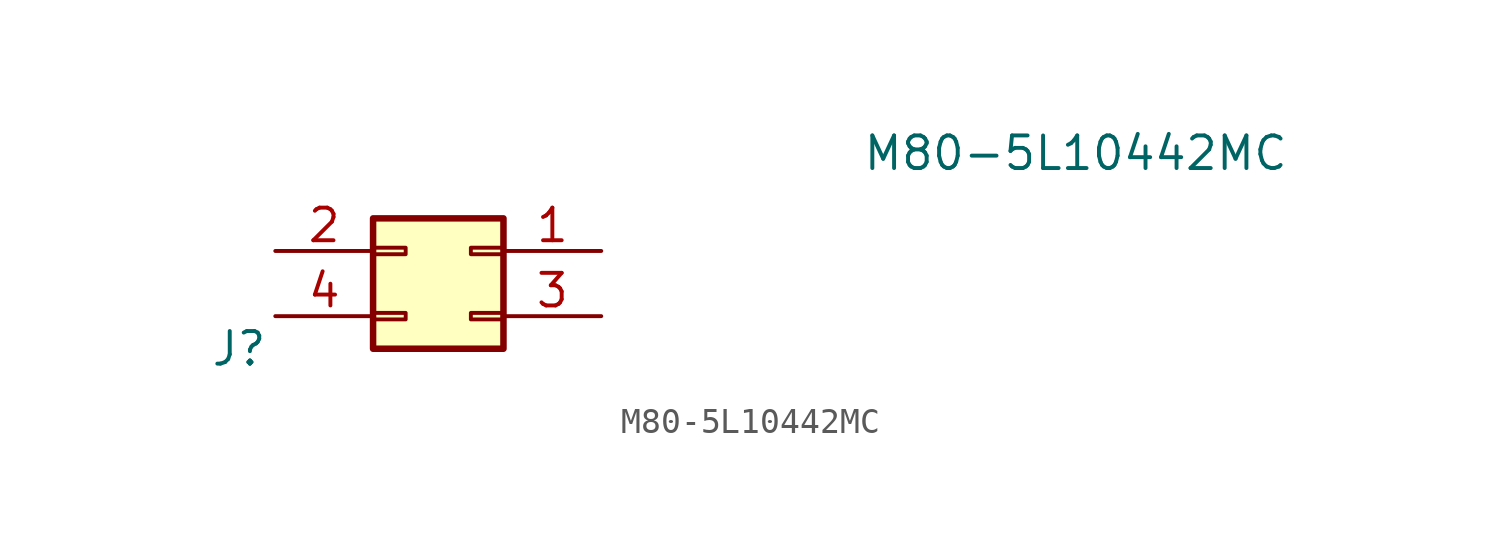
<source format=kicad_sym>
(kicad_symbol_lib
  (version 20211014)
  (generator kicad_symbol_editor)
  (symbol "M80-5L10442MC"
    (pin_names
      (offset 0.762))
    (property "Reference" "J"
      (at -8.89 -2.54 0)
      (effects (font (size 1.27 1.27)) (justify left)))
    (property "Value" "M80-5L10442MC"
      (at 16.51 5.08 0)
      (effects (font (size 1.27 1.27)) (justify left)))
    (symbol "M80-5L10442MC_1_1"
      (rectangle (start -2.54 -2.54) (end 2.54 2.54) (stroke (width 0.254) (type default) (color 0 0 0 0)) (fill (type background)))
      (rectangle (start -1.27 -1.397) (end -2.54 -1.143) (stroke (width 0.152) (type default) (color 0 0 0 0)) (fill (type none)))
      (rectangle (start -1.27 1.143) (end -2.54 1.397) (stroke (width 0.152) (type default) (color 0 0 0 0)) (fill (type none)))
      (rectangle (start 1.27 -1.397) (end 2.54 -1.143) (stroke (width 0.152) (type default) (color 0 0 0 0)) (fill (type none)))
      (rectangle (start 1.27 1.143) (end 2.54 1.397) (stroke (width 0.152) (type default) (color 0 0 0 0)) (fill (type none)))
      (pin passive line (at 6.35 1.27 180) (length 3.81) (name "" (effects (font (size 1.27 1.27)))) (number "1" (effects (font (size 1.27 1.27)))))
      (pin passive line (at -6.35 1.27 0) (length 3.81) (name "" (effects (font (size 1.27 1.27)))) (number "2" (effects (font (size 1.27 1.27)))))
      (pin passive line (at 6.35 -1.27 180) (length 3.81) (name "" (effects (font (size 1.27 1.27)))) (number "3" (effects (font (size 1.27 1.27)))))
      (pin passive line (at -6.35 -1.27 0) (length 3.81) (name "" (effects (font (size 1.27 1.27)))) (number "4" (effects (font (size 1.27 1.27))))))))
</source>
